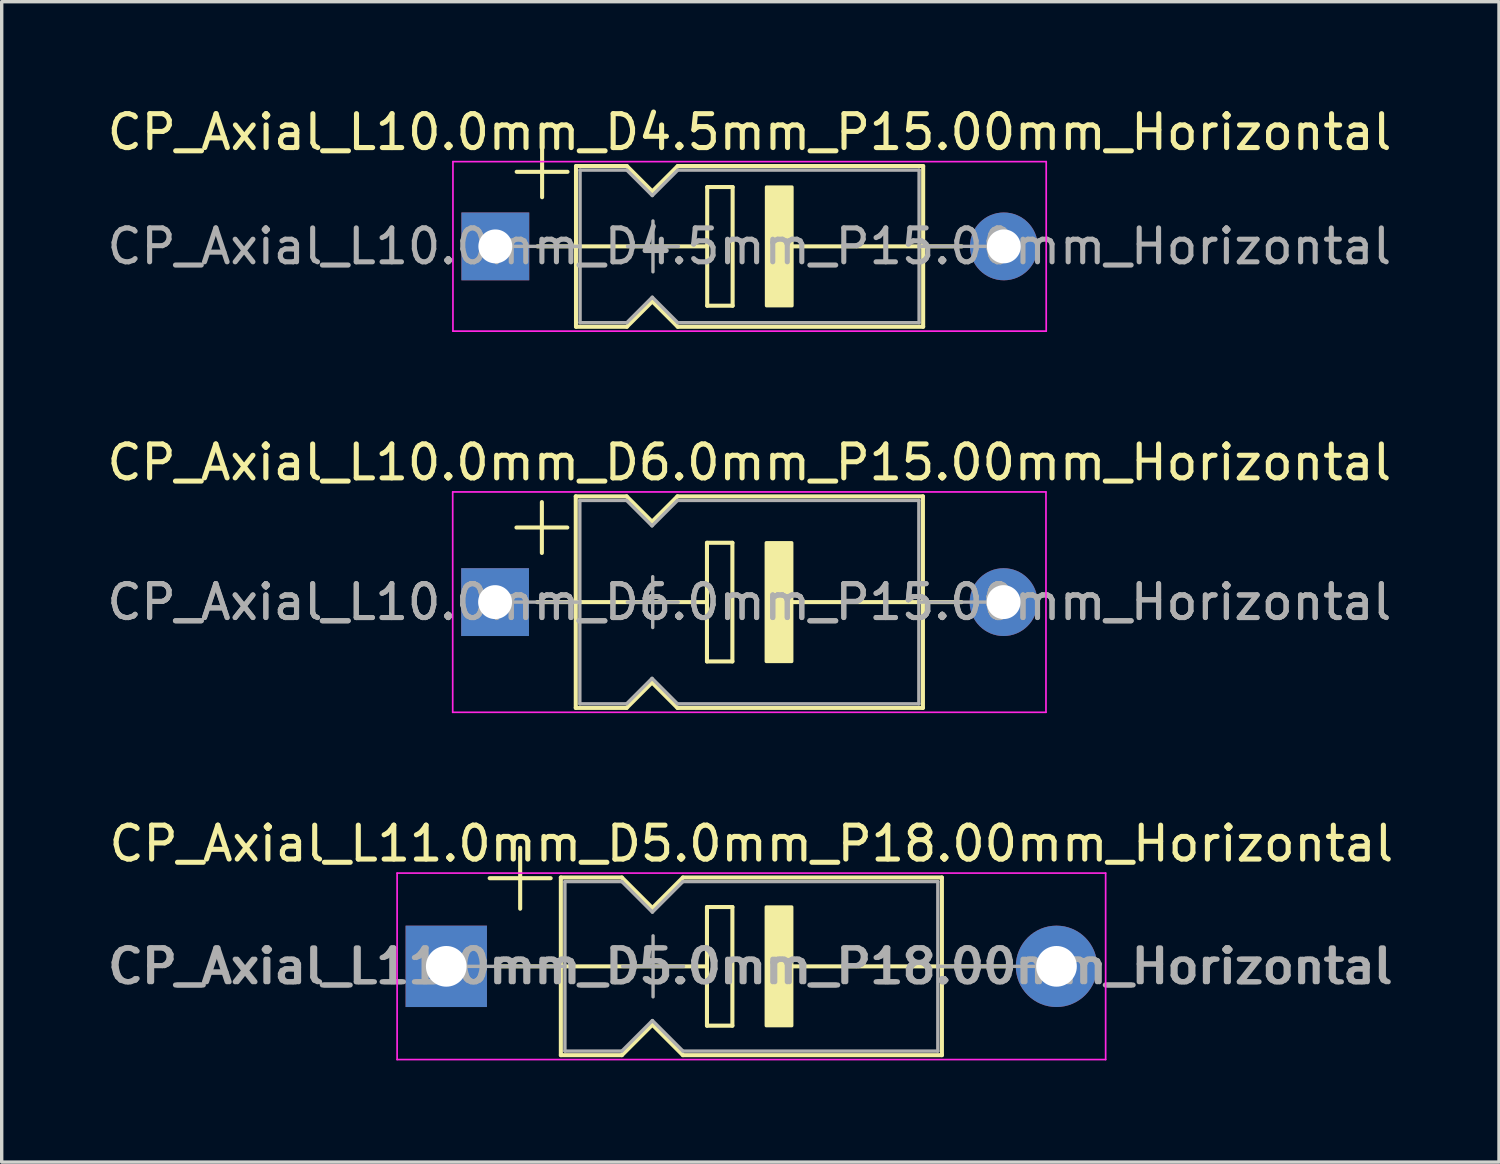
<source format=kicad_pcb>
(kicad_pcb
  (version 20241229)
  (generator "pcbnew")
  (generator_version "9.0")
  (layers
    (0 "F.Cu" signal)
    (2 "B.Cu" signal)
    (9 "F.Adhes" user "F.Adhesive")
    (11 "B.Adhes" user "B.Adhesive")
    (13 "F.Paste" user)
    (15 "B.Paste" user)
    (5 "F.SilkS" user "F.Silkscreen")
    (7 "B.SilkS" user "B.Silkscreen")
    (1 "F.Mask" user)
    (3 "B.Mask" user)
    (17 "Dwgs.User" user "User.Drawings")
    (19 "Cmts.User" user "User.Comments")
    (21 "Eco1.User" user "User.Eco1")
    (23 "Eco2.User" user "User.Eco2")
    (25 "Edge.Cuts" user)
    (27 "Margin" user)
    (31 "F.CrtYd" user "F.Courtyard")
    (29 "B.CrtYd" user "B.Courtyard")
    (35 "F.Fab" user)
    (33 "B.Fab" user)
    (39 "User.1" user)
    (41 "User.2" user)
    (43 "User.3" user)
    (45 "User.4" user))
  (footprint "CP_Axial_L10.0mm_D6.0mm_P15.00mm_Horizontal"
    (layer "F.Cu")
    (at 11.554 14.711)
    (property "Reference" "CP_Axial_L10.0mm_D6.0mm_P15.00mm_Horizontal" (at 7.5 -4.12 0) (layer "F.SilkS") (effects (font (size 1 1) (thickness 0.15))))
    (attr through_hole)
    (fp_line (start 0.63 -2.2) (end 2.13 -2.2) (stroke (width 0.12) (type solid)) (layer "F.SilkS"))
    (fp_line (start 1.24 0) (end 2.38 0) (stroke (width 0.12) (type solid)) (layer "F.SilkS"))
    (fp_line (start 1.38 -2.95) (end 1.38 -1.45) (stroke (width 0.12) (type solid)) (layer "F.SilkS"))
    (fp_line (start 2.38 -3.12) (end 2.38 3.12) (stroke (width 0.12) (type solid)) (layer "F.SilkS"))
    (fp_line (start 2.38 -3.12) (end 3.88 -3.12) (stroke (width 0.12) (type solid)) (layer "F.SilkS"))
    (fp_line (start 2.38 0) (end 6.25 0) (stroke (width 0.12) (type solid)) (layer "F.SilkS"))
    (fp_line (start 2.38 3.12) (end 3.88 3.12) (stroke (width 0.12) (type solid)) (layer "F.SilkS"))
    (fp_line (start 3.88 -3.12) (end 4.63 -2.37) (stroke (width 0.12) (type solid)) (layer "F.SilkS"))
    (fp_line (start 3.88 3.12) (end 4.63 2.37) (stroke (width 0.12) (type solid)) (layer "F.SilkS"))
    (fp_line (start 4.63 -2.37) (end 5.38 -3.12) (stroke (width 0.12) (type solid)) (layer "F.SilkS"))
    (fp_line (start 4.63 2.37) (end 5.38 3.12) (stroke (width 0.12) (type solid)) (layer "F.SilkS"))
    (fp_line (start 5.38 -3.12) (end 12.62 -3.12) (stroke (width 0.12) (type solid)) (layer "F.SilkS"))
    (fp_line (start 5.38 3.12) (end 12.62 3.12) (stroke (width 0.12) (type solid)) (layer "F.SilkS"))
    (fp_line (start 6.25 -1.75) (end 6.25 1.75) (stroke (width 0.12) (type solid)) (layer "F.SilkS"))
    (fp_line (start 6.25 -1.75) (end 7 -1.75) (stroke (width 0.12) (type solid)) (layer "F.SilkS"))
    (fp_line (start 7 -1.75) (end 7 1.75) (stroke (width 0.12) (type solid)) (layer "F.SilkS"))
    (fp_line (start 7 1.75) (end 6.25 1.75) (stroke (width 0.12) (type solid)) (layer "F.SilkS"))
    (fp_line (start 8.75 0) (end 12.62 0) (stroke (width 0.12) (type solid)) (layer "F.SilkS"))
    (fp_line (start 12.62 -3.12) (end 12.62 3.12) (stroke (width 0.12) (type solid)) (layer "F.SilkS"))
    (fp_line (start 13.76 0) (end 12.62 0) (stroke (width 0.12) (type solid)) (layer "F.SilkS"))
    (fp_poly (pts (xy 8.75 1.75) (xy 8 1.75) (xy 8 -1.75) (xy 8.75 -1.75)) (stroke (width 0.1) (type solid)) (fill yes) (layer "F.SilkS"))
    (fp_line (start -1.25 -3.25) (end -1.25 3.25) (stroke (width 0.05) (type solid)) (layer "F.CrtYd"))
    (fp_line (start -1.25 3.25) (end 16.25 3.25) (stroke (width 0.05) (type solid)) (layer "F.CrtYd"))
    (fp_line (start 16.25 -3.25) (end -1.25 -3.25) (stroke (width 0.05) (type solid)) (layer "F.CrtYd"))
    (fp_line (start 16.25 3.25) (end 16.25 -3.25) (stroke (width 0.05) (type solid)) (layer "F.CrtYd"))
    (fp_line (start 0 0) (end 2.5 0) (stroke (width 0.1) (type solid)) (layer "F.Fab"))
    (fp_line (start 2.5 -3) (end 2.5 3) (stroke (width 0.1) (type solid)) (layer "F.Fab"))
    (fp_line (start 2.5 -3) (end 3.88 -3) (stroke (width 0.1) (type solid)) (layer "F.Fab"))
    (fp_line (start 2.5 3) (end 3.88 3) (stroke (width 0.1) (type solid)) (layer "F.Fab"))
    (fp_line (start 3.88 -3) (end 4.63 -2.25) (stroke (width 0.1) (type solid)) (layer "F.Fab"))
    (fp_line (start 3.88 3) (end 4.63 2.25) (stroke (width 0.1) (type solid)) (layer "F.Fab"))
    (fp_line (start 3.9 0) (end 5.4 0) (stroke (width 0.1) (type solid)) (layer "F.Fab"))
    (fp_line (start 4.63 -2.25) (end 5.38 -3) (stroke (width 0.1) (type solid)) (layer "F.Fab"))
    (fp_line (start 4.63 2.25) (end 5.38 3) (stroke (width 0.1) (type solid)) (layer "F.Fab"))
    (fp_line (start 4.65 -0.75) (end 4.65 0.75) (stroke (width 0.1) (type solid)) (layer "F.Fab"))
    (fp_line (start 5.38 -3) (end 12.5 -3) (stroke (width 0.1) (type solid)) (layer "F.Fab"))
    (fp_line (start 5.38 3) (end 12.5 3) (stroke (width 0.1) (type solid)) (layer "F.Fab"))
    (fp_line (start 12.5 -3) (end 12.5 3) (stroke (width 0.1) (type solid)) (layer "F.Fab"))
    (fp_line (start 15 0) (end 12.5 0) (stroke (width 0.1) (type solid)) (layer "F.Fab"))
    (fp_text user "${REFERENCE}" (at 7.5 0 0) (layer "F.Fab") (effects (font (size 1 1) (thickness 0.15))))
    (fp_text user "${REFERENCE}" (at 7.5 0 0) (layer "F.Fab") (effects (font (size 1 1) (thickness 0.15))))
    (pad "1" thru_hole rect (at 0 0) (size 2 2) (drill 1) (layers "*.Cu" "*.Mask"))
    (pad "2" thru_hole oval (at 15 0) (size 2 2) (drill 1) (layers "*.Cu" "*.Mask")))
  (footprint "CP_Axial_L10.0mm_D4.5mm_P15.00mm_Horizontal"
    (layer "F.Cu")
    (at 11.561 4.218)
    (property "Reference" "CP_Axial_L10.0mm_D4.5mm_P15.00mm_Horizontal" (at 7.5 -3.37 0) (layer "F.SilkS") (effects (font (size 1 1) (thickness 0.15))))
    (attr through_hole)
    (fp_line (start 0.63 -2.2) (end 2.13 -2.2) (stroke (width 0.12) (type solid)) (layer "F.SilkS"))
    (fp_line (start 1.24 0) (end 2.38 0) (stroke (width 0.12) (type solid)) (layer "F.SilkS"))
    (fp_line (start 1.38 -2.95) (end 1.38 -1.45) (stroke (width 0.12) (type solid)) (layer "F.SilkS"))
    (fp_line (start 2.38 -2.37) (end 2.38 2.37) (stroke (width 0.12) (type solid)) (layer "F.SilkS"))
    (fp_line (start 2.38 -2.37) (end 3.88 -2.37) (stroke (width 0.12) (type solid)) (layer "F.SilkS"))
    (fp_line (start 2.38 0) (end 6.25 0) (stroke (width 0.12) (type solid)) (layer "F.SilkS"))
    (fp_line (start 2.38 2.37) (end 3.88 2.37) (stroke (width 0.12) (type solid)) (layer "F.SilkS"))
    (fp_line (start 3.88 -2.37) (end 4.63 -1.62) (stroke (width 0.12) (type solid)) (layer "F.SilkS"))
    (fp_line (start 3.88 2.37) (end 4.63 1.62) (stroke (width 0.12) (type solid)) (layer "F.SilkS"))
    (fp_line (start 4.63 -1.62) (end 5.38 -2.37) (stroke (width 0.12) (type solid)) (layer "F.SilkS"))
    (fp_line (start 4.63 1.62) (end 5.38 2.37) (stroke (width 0.12) (type solid)) (layer "F.SilkS"))
    (fp_line (start 5.38 -2.37) (end 12.62 -2.37) (stroke (width 0.12) (type solid)) (layer "F.SilkS"))
    (fp_line (start 5.38 2.37) (end 12.62 2.37) (stroke (width 0.12) (type solid)) (layer "F.SilkS"))
    (fp_line (start 6.25 -1.75) (end 6.25 1.75) (stroke (width 0.12) (type solid)) (layer "F.SilkS"))
    (fp_line (start 6.25 -1.75) (end 7 -1.75) (stroke (width 0.12) (type solid)) (layer "F.SilkS"))
    (fp_line (start 7 -1.75) (end 7 1.75) (stroke (width 0.12) (type solid)) (layer "F.SilkS"))
    (fp_line (start 7 1.75) (end 6.25 1.75) (stroke (width 0.12) (type solid)) (layer "F.SilkS"))
    (fp_line (start 8.75 0) (end 12.62 0) (stroke (width 0.12) (type solid)) (layer "F.SilkS"))
    (fp_line (start 12.62 -2.37) (end 12.62 2.37) (stroke (width 0.12) (type solid)) (layer "F.SilkS"))
    (fp_line (start 13.76 0) (end 12.62 0) (stroke (width 0.12) (type solid)) (layer "F.SilkS"))
    (fp_poly (pts (xy 8.75 1.75) (xy 8 1.75) (xy 8 -1.75) (xy 8.75 -1.75)) (stroke (width 0.1) (type solid)) (fill yes) (layer "F.SilkS"))
    (fp_line (start -1.25 -2.5) (end -1.25 2.5) (stroke (width 0.05) (type solid)) (layer "F.CrtYd"))
    (fp_line (start -1.25 2.5) (end 16.25 2.5) (stroke (width 0.05) (type solid)) (layer "F.CrtYd"))
    (fp_line (start 16.25 -2.5) (end -1.25 -2.5) (stroke (width 0.05) (type solid)) (layer "F.CrtYd"))
    (fp_line (start 16.25 2.5) (end 16.25 -2.5) (stroke (width 0.05) (type solid)) (layer "F.CrtYd"))
    (fp_line (start 0 0) (end 2.5 0) (stroke (width 0.1) (type solid)) (layer "F.Fab"))
    (fp_line (start 2.5 -2.25) (end 2.5 2.25) (stroke (width 0.1) (type solid)) (layer "F.Fab"))
    (fp_line (start 2.5 -2.25) (end 3.88 -2.25) (stroke (width 0.1) (type solid)) (layer "F.Fab"))
    (fp_line (start 2.5 2.25) (end 3.88 2.25) (stroke (width 0.1) (type solid)) (layer "F.Fab"))
    (fp_line (start 3.88 -2.25) (end 4.63 -1.5) (stroke (width 0.1) (type solid)) (layer "F.Fab"))
    (fp_line (start 3.88 2.25) (end 4.63 1.5) (stroke (width 0.1) (type solid)) (layer "F.Fab"))
    (fp_line (start 3.9 0) (end 5.4 0) (stroke (width 0.1) (type solid)) (layer "F.Fab"))
    (fp_line (start 4.63 -1.5) (end 5.38 -2.25) (stroke (width 0.1) (type solid)) (layer "F.Fab"))
    (fp_line (start 4.63 1.5) (end 5.38 2.25) (stroke (width 0.1) (type solid)) (layer "F.Fab"))
    (fp_line (start 4.65 -0.75) (end 4.65 0.75) (stroke (width 0.1) (type solid)) (layer "F.Fab"))
    (fp_line (start 5.38 -2.25) (end 12.5 -2.25) (stroke (width 0.1) (type solid)) (layer "F.Fab"))
    (fp_line (start 5.38 2.25) (end 12.5 2.25) (stroke (width 0.1) (type solid)) (layer "F.Fab"))
    (fp_line (start 12.5 -2.25) (end 12.5 2.25) (stroke (width 0.1) (type solid)) (layer "F.Fab"))
    (fp_line (start 15 0) (end 12.5 0) (stroke (width 0.1) (type solid)) (layer "F.Fab"))
    (fp_text user "${REFERENCE}" (at 7.493 0 0) (layer "F.Fab") (effects (font (size 1 1) (thickness 0.15))))
    (pad "1" thru_hole rect (at 0 0) (size 2 2) (drill 1) (layers "*.Cu" "*.Mask"))
    (pad "2" thru_hole oval (at 15 0) (size 2 2) (drill 1) (layers "*.Cu" "*.Mask")))
  (footprint "CP_Axial_L11.0mm_D5.0mm_P18.00mm_Horizontal"
    (layer "F.Cu")
    (at 10.114 25.455)
    (property "Reference" "CP_Axial_L11.0mm_D5.0mm_P18.00mm_Horizontal" (at 9 -3.62 0) (layer "F.SilkS") (effects (font (size 1 1) (thickness 0.15))))
    (attr through_hole)
    (fp_line (start 1.28 -2.6) (end 3.08 -2.6) (stroke (width 0.12) (type solid)) (layer "F.SilkS"))
    (fp_line (start 1.44 0) (end 3.38 0) (stroke (width 0.12) (type solid)) (layer "F.SilkS"))
    (fp_line (start 2.18 -3.5) (end 2.18 -1.7) (stroke (width 0.12) (type solid)) (layer "F.SilkS"))
    (fp_line (start 3.38 -2.62) (end 3.38 2.62) (stroke (width 0.12) (type solid)) (layer "F.SilkS"))
    (fp_line (start 3.38 -2.62) (end 5.18 -2.62) (stroke (width 0.12) (type solid)) (layer "F.SilkS"))
    (fp_line (start 3.38 0) (end 7.69 0) (stroke (width 0.12) (type solid)) (layer "F.SilkS"))
    (fp_line (start 3.38 2.62) (end 5.18 2.62) (stroke (width 0.12) (type solid)) (layer "F.SilkS"))
    (fp_line (start 5.18 -2.62) (end 6.08 -1.72) (stroke (width 0.12) (type solid)) (layer "F.SilkS"))
    (fp_line (start 5.18 2.62) (end 6.08 1.72) (stroke (width 0.12) (type solid)) (layer "F.SilkS"))
    (fp_line (start 6.08 -1.72) (end 6.98 -2.62) (stroke (width 0.12) (type solid)) (layer "F.SilkS"))
    (fp_line (start 6.08 1.72) (end 6.98 2.62) (stroke (width 0.12) (type solid)) (layer "F.SilkS"))
    (fp_line (start 6.98 -2.62) (end 14.62 -2.62) (stroke (width 0.12) (type solid)) (layer "F.SilkS"))
    (fp_line (start 6.98 2.62) (end 14.62 2.62) (stroke (width 0.12) (type solid)) (layer "F.SilkS"))
    (fp_line (start 7.69 -1.75) (end 7.69 1.75) (stroke (width 0.12) (type solid)) (layer "F.SilkS"))
    (fp_line (start 7.69 -1.75) (end 8.44 -1.75) (stroke (width 0.12) (type solid)) (layer "F.SilkS"))
    (fp_line (start 8.44 -1.75) (end 8.44 1.75) (stroke (width 0.12) (type solid)) (layer "F.SilkS"))
    (fp_line (start 8.44 1.75) (end 7.69 1.75) (stroke (width 0.12) (type solid)) (layer "F.SilkS"))
    (fp_line (start 10.19 0) (end 14.62 0) (stroke (width 0.12) (type solid)) (layer "F.SilkS"))
    (fp_line (start 14.62 -2.62) (end 14.62 2.62) (stroke (width 0.12) (type solid)) (layer "F.SilkS"))
    (fp_line (start 16.56 0) (end 14.62 0) (stroke (width 0.12) (type solid)) (layer "F.SilkS"))
    (fp_poly (pts (xy 10.19 1.75) (xy 9.44 1.75) (xy 9.44 -1.75) (xy 10.19 -1.75)) (stroke (width 0.1) (type solid)) (fill yes) (layer "F.SilkS"))
    (fp_line (start -1.45 -2.75) (end -1.45 2.75) (stroke (width 0.05) (type solid)) (layer "F.CrtYd"))
    (fp_line (start -1.45 2.75) (end 19.45 2.75) (stroke (width 0.05) (type solid)) (layer "F.CrtYd"))
    (fp_line (start 19.45 -2.75) (end -1.45 -2.75) (stroke (width 0.05) (type solid)) (layer "F.CrtYd"))
    (fp_line (start 19.45 2.75) (end 19.45 -2.75) (stroke (width 0.05) (type solid)) (layer "F.CrtYd"))
    (fp_line (start 0 0) (end 3.5 0) (stroke (width 0.1) (type solid)) (layer "F.Fab"))
    (fp_line (start 3.5 -2.5) (end 3.5 2.5) (stroke (width 0.1) (type solid)) (layer "F.Fab"))
    (fp_line (start 3.5 -2.5) (end 5.18 -2.5) (stroke (width 0.1) (type solid)) (layer "F.Fab"))
    (fp_line (start 3.5 2.5) (end 5.18 2.5) (stroke (width 0.1) (type solid)) (layer "F.Fab"))
    (fp_line (start 5.18 -2.5) (end 6.08 -1.6) (stroke (width 0.1) (type solid)) (layer "F.Fab"))
    (fp_line (start 5.18 2.5) (end 6.08 1.6) (stroke (width 0.1) (type solid)) (layer "F.Fab"))
    (fp_line (start 5.2 0) (end 7 0) (stroke (width 0.1) (type solid)) (layer "F.Fab"))
    (fp_line (start 6.08 -1.6) (end 6.98 -2.5) (stroke (width 0.1) (type solid)) (layer "F.Fab"))
    (fp_line (start 6.08 1.6) (end 6.98 2.5) (stroke (width 0.1) (type solid)) (layer "F.Fab"))
    (fp_line (start 6.1 -0.9) (end 6.1 0.9) (stroke (width 0.1) (type solid)) (layer "F.Fab"))
    (fp_line (start 6.98 -2.5) (end 14.5 -2.5) (stroke (width 0.1) (type solid)) (layer "F.Fab"))
    (fp_line (start 6.98 2.5) (end 14.5 2.5) (stroke (width 0.1) (type solid)) (layer "F.Fab"))
    (fp_line (start 14.5 -2.5) (end 14.5 2.5) (stroke (width 0.1) (type solid)) (layer "F.Fab"))
    (fp_line (start 18 0) (end 14.5 0) (stroke (width 0.1) (type solid)) (layer "F.Fab"))
    (fp_text user "${REFERENCE}" (at 8.94 0 0) (layer "F.Fab") (effects (font (size 1 1) (thickness 0.15))))
    (fp_text user "${REFERENCE}" (at 9 0 0) (layer "F.Fab") (effects (font (size 1 1) (thickness 0.15))))
    (pad "1" thru_hole rect (at 0 0) (size 2.4 2.4) (drill 1.2) (layers "*.Cu" "*.Mask"))
    (pad "2" thru_hole oval (at 18 0) (size 2.4 2.4) (drill 1.2) (layers "*.Cu" "*.Mask")))
  (gr_rect
    (start -3 -3)
    (end 41.167 31.23)
    (stroke (width 0.1) (type default))
    (fill no)
    (layer "Edge.Cuts")))
</source>
